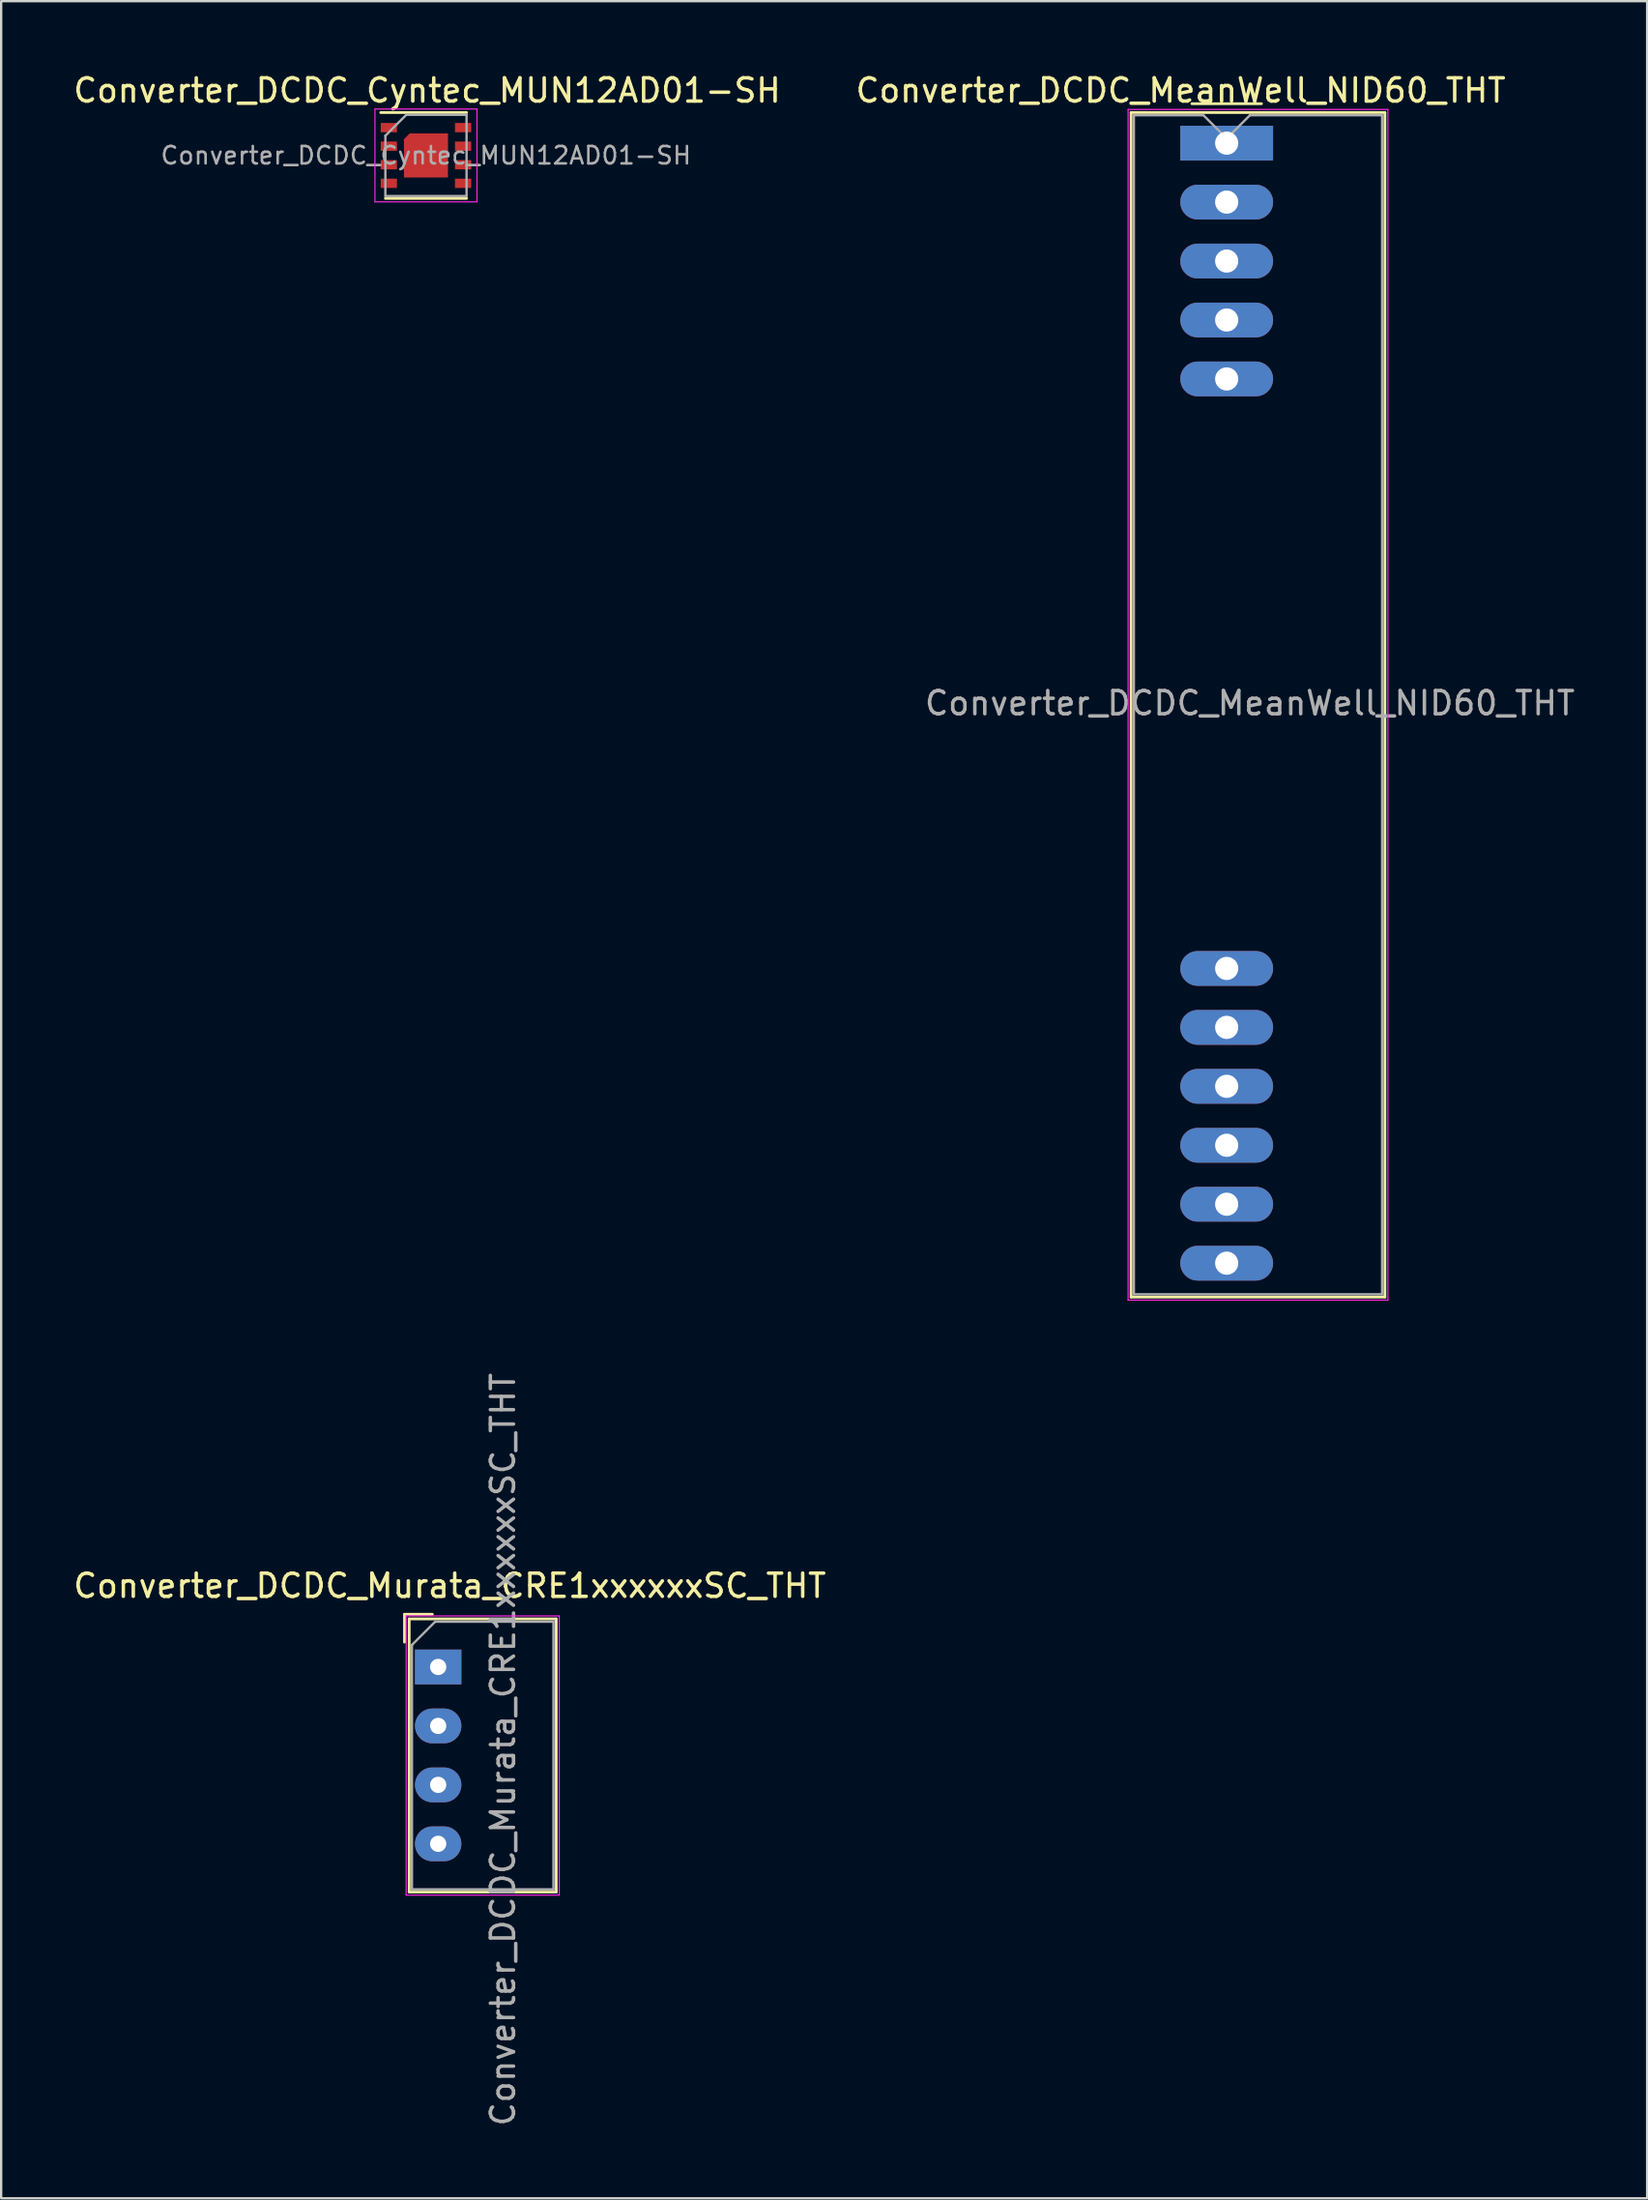
<source format=kicad_pcb>
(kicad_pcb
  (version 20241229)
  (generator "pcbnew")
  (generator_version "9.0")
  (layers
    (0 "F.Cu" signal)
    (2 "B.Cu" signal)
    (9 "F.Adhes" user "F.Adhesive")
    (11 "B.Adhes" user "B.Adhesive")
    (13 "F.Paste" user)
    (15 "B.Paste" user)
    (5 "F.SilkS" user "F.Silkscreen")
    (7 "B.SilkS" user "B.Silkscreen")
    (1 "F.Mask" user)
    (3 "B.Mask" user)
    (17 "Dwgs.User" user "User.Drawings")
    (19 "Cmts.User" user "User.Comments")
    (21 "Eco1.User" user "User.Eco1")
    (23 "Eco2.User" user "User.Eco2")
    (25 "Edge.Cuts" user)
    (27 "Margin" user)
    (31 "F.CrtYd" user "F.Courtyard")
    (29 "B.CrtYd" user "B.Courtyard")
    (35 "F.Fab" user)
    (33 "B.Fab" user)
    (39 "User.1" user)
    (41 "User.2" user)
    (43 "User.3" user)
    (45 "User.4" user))
  (footprint "Converter_DCDC_Cyntec_MUN12AD01-SH"
    (layer "F.Cu")
    (at 15.313 3.648)
    (property "Reference" "Converter_DCDC_Cyntec_MUN12AD01-SH" (at 0.05 -2.8 0) (layer "F.SilkS") (effects (font (size 1 1) (thickness 0.15))))
    (attr smd)
    (fp_line (start -1.75 1.85) (end 1.75 1.85) (stroke (width 0.12) (type solid)) (layer "F.SilkS"))
    (fp_line (start 1.75 -1.85) (end -1.95 -1.85) (stroke (width 0.12) (type solid)) (layer "F.SilkS"))
    (fp_line (start -2.2 -2) (end -2.2 2) (stroke (width 0.05) (type solid)) (layer "F.CrtYd"))
    (fp_line (start -2.2 2) (end 2.2 2) (stroke (width 0.05) (type solid)) (layer "F.CrtYd"))
    (fp_line (start 2.2 -2) (end -2.2 -2) (stroke (width 0.05) (type solid)) (layer "F.CrtYd"))
    (fp_line (start 2.2 2) (end 2.2 -2) (stroke (width 0.05) (type solid)) (layer "F.CrtYd"))
    (fp_line (start -1.75 -0.85) (end -1.75 1.75) (stroke (width 0.1) (type solid)) (layer "F.Fab"))
    (fp_line (start -1.75 1.75) (end 1.75 1.75) (stroke (width 0.1) (type solid)) (layer "F.Fab"))
    (fp_line (start -0.85 -1.75) (end -1.75 -0.85) (stroke (width 0.1) (type solid)) (layer "F.Fab"))
    (fp_line (start 1.75 -1.75) (end -0.85 -1.75) (stroke (width 0.1) (type solid)) (layer "F.Fab"))
    (fp_line (start 1.75 1.75) (end 1.75 -1.75) (stroke (width 0.1) (type solid)) (layer "F.Fab"))
    (fp_text user "${REFERENCE}" (at 0 0 0) (layer "F.Fab") (effects (font (size 0.75 0.75) (thickness 0.11))))
    (pad "" smd custom (at -0.525 -0.525) (size 0.3 0.3) (layers "F.Paste") (options (anchor rect)) (primitives (gr_poly (pts (xy 0.375 -0.375) (xy 0.375 0.375) (xy -0.375 0.375) (xy -0.375 -0.125) (xy -0.125 -0.375)) (width 0) (fill yes))))
    (pad "" smd rect (at -0.525 0.525) (size 0.75 0.75) (layers "F.Paste"))
    (pad "" smd rect (at 0.525 -0.525) (size 0.75 0.75) (layers "F.Paste"))
    (pad "" smd rect (at 0.525 0.525) (size 0.75 0.75) (layers "F.Paste"))
    (pad "1" smd rect (at -1.6 -1.2) (size 0.7 0.4) (layers "F.Cu" "F.Mask" "F.Paste"))
    (pad "2" smd rect (at -1.6 -0.4) (size 0.7 0.4) (layers "F.Cu" "F.Mask" "F.Paste"))
    (pad "3" smd rect (at -1.6 0.4) (size 0.7 0.4) (layers "F.Cu" "F.Mask" "F.Paste"))
    (pad "4" smd rect (at -1.6 1.2) (size 0.7 0.4) (layers "F.Cu" "F.Mask" "F.Paste"))
    (pad "5" smd rect (at 1.6 1.2) (size 0.7 0.4) (layers "F.Cu" "F.Mask" "F.Paste"))
    (pad "6" smd rect (at 1.6 0.4) (size 0.7 0.4) (layers "F.Cu" "F.Mask" "F.Paste"))
    (pad "7" smd rect (at 1.6 -0.4) (size 0.7 0.4) (layers "F.Cu" "F.Mask" "F.Paste"))
    (pad "8" smd rect (at 1.6 -1.2) (size 0.7 0.4) (layers "F.Cu" "F.Mask" "F.Paste"))
    (pad "9" smd custom (at 0 0) (size 1.9 1.4) (layers "F.Cu" "F.Mask") (options (anchor rect)) (primitives (gr_poly (pts (xy 0.95 -0.95) (xy 0.95 0.95) (xy -0.95 0.95) (xy -0.95 -0.7) (xy -0.7 -0.95)) (width 0) (fill yes)))))
  (footprint "Converter_DCDC_Murata_CRE1xxxxxxSC_THT"
    (layer "F.Cu")
    (at 15.839 68.777)
    (property "Reference" "Converter_DCDC_Murata_CRE1xxxxxxSC_THT" (at 0.5 -3.5 180) (layer "F.SilkS") (effects (font (size 1 1) (thickness 0.15))))
    (attr through_hole)
    (fp_line (start -1.45 -2.27) (end -1.45 -1.07) (stroke (width 0.12) (type solid)) (layer "F.SilkS"))
    (fp_line (start -1.25 -2.07) (end -1.25 9.7) (stroke (width 0.12) (type solid)) (layer "F.SilkS"))
    (fp_line (start -0.25 -2.27) (end -1.45 -2.27) (stroke (width 0.12) (type solid)) (layer "F.SilkS"))
    (fp_line (start 5.09 -2.07) (end -1.25 -2.07) (stroke (width 0.12) (type solid)) (layer "F.SilkS"))
    (fp_line (start 5.09 -2.07) (end 5.09 9.7) (stroke (width 0.12) (type solid)) (layer "F.SilkS"))
    (fp_line (start 5.09 9.7) (end -1.25 9.7) (stroke (width 0.12) (type solid)) (layer "F.SilkS"))
    (fp_line (start -1.38 -2.2) (end -1.38 9.83) (stroke (width 0.05) (type solid)) (layer "F.CrtYd"))
    (fp_line (start 5.22 -2.2) (end -1.38 -2.2) (stroke (width 0.05) (type solid)) (layer "F.CrtYd"))
    (fp_line (start 5.22 -2.2) (end 5.22 9.83) (stroke (width 0.05) (type solid)) (layer "F.CrtYd"))
    (fp_line (start 5.22 9.83) (end -1.38 9.83) (stroke (width 0.05) (type solid)) (layer "F.CrtYd"))
    (fp_line (start -1.13 -0.95) (end -1.13 9.58) (stroke (width 0.1) (type solid)) (layer "F.Fab"))
    (fp_line (start -1.13 9.58) (end 4.97 9.58) (stroke (width 0.1) (type solid)) (layer "F.Fab"))
    (fp_line (start -0.13 -1.95) (end -1.13 -0.95) (stroke (width 0.1) (type solid)) (layer "F.Fab"))
    (fp_line (start -0.13 -1.95) (end 4.97 -1.95) (stroke (width 0.1) (type solid)) (layer "F.Fab"))
    (fp_line (start 4.97 -1.95) (end 4.97 9.58) (stroke (width 0.1) (type solid)) (layer "F.Fab"))
    (fp_text user "${REFERENCE}" (at 2.794 3.556 270) (layer "F.Fab") (effects (font (size 1 1) (thickness 0.15))))
    (pad "1" thru_hole rect (at 0 0 270) (size 1.5 2) (drill 0.7) (layers "*.Cu" "*.Mask"))
    (pad "2" thru_hole oval (at 0 2.54 270) (size 1.5 2) (drill 0.7) (layers "*.Cu" "*.Mask"))
    (pad "3" thru_hole oval (at 0 5.08 270) (size 1.5 2) (drill 0.7) (layers "*.Cu" "*.Mask"))
    (pad "4" thru_hole oval (at 0 7.62 270) (size 1.5 2) (drill 0.7) (layers "*.Cu" "*.Mask")))
  (footprint "Converter_DCDC_MeanWell_NID60_THT"
    (layer "F.Cu")
    (at 49.831 3.118)
    (property "Reference" "Converter_DCDC_MeanWell_NID60_THT" (at -1.98 -2.27 0) (layer "F.SilkS") (effects (font (size 1 1) (thickness 0.15))))
    (attr through_hole)
    (fp_line (start -4.12 -1.32) (end 6.82 -1.32) (stroke (width 0.12) (type solid)) (layer "F.SilkS"))
    (fp_line (start -4.12 49.72) (end -4.12 -1.32) (stroke (width 0.12) (type solid)) (layer "F.SilkS"))
    (fp_line (start 1.5 -1.7) (end -1.5 -1.7) (stroke (width 0.12) (type solid)) (layer "F.SilkS"))
    (fp_line (start 6.82 -1.32) (end 6.82 49.72) (stroke (width 0.12) (type solid)) (layer "F.SilkS"))
    (fp_line (start 6.82 49.72) (end -4.12 49.72) (stroke (width 0.12) (type solid)) (layer "F.SilkS"))
    (fp_line (start -4.25 -1.45) (end -4.25 49.85) (stroke (width 0.05) (type solid)) (layer "F.CrtYd"))
    (fp_line (start -4.25 -1.45) (end 6.95 -1.45) (stroke (width 0.05) (type solid)) (layer "F.CrtYd"))
    (fp_line (start -4.25 49.85) (end 6.95 49.85) (stroke (width 0.05) (type solid)) (layer "F.CrtYd"))
    (fp_line (start 6.95 -1.45) (end 6.95 49.85) (stroke (width 0.05) (type solid)) (layer "F.CrtYd"))
    (fp_line (start -4 49.6) (end -4 -1.2) (stroke (width 0.1) (type solid)) (layer "F.Fab"))
    (fp_line (start -1 -1.2) (end -4 -1.2) (stroke (width 0.1) (type solid)) (layer "F.Fab"))
    (fp_line (start -1 -1.2) (end 0 -0.2) (stroke (width 0.1) (type solid)) (layer "F.Fab"))
    (fp_line (start 0 -0.2) (end 1 -1.2) (stroke (width 0.1) (type solid)) (layer "F.Fab"))
    (fp_line (start 1 -1.2) (end 6.7 -1.2) (stroke (width 0.1) (type solid)) (layer "F.Fab"))
    (fp_line (start 6.7 -1.2) (end 6.7 49.6) (stroke (width 0.1) (type solid)) (layer "F.Fab"))
    (fp_line (start 6.7 49.6) (end -4 49.6) (stroke (width 0.1) (type solid)) (layer "F.Fab"))
    (fp_text user "${REFERENCE}" (at 1 24.13 0) (layer "F.Fab") (effects (font (size 1 1) (thickness 0.15))))
    (pad "1" thru_hole rect (at 0 0) (size 4 1.5) (drill 1) (layers "*.Cu" "*.Mask"))
    (pad "2" thru_hole oval (at 0 2.54) (size 4 1.5) (drill 1) (layers "*.Cu" "*.Mask"))
    (pad "3" thru_hole oval (at 0 5.08) (size 4 1.5) (drill 1) (layers "*.Cu" "*.Mask"))
    (pad "4" thru_hole oval (at 0 7.62) (size 4 1.5) (drill 1) (layers "*.Cu" "*.Mask"))
    (pad "5" thru_hole oval (at 0 10.16) (size 4 1.5) (drill 1) (layers "*.Cu" "*.Mask"))
    (pad "6" thru_hole oval (at 0 35.56) (size 4 1.5) (drill 1) (layers "*.Cu" "*.Mask"))
    (pad "7" thru_hole oval (at 0 38.1) (size 4 1.5) (drill 1) (layers "*.Cu" "*.Mask"))
    (pad "8" thru_hole oval (at 0 40.64) (size 4 1.5) (drill 1) (layers "*.Cu" "*.Mask"))
    (pad "9" thru_hole oval (at 0 43.18) (size 4 1.5) (drill 1) (layers "*.Cu" "*.Mask"))
    (pad "10" thru_hole oval (at 0 45.72) (size 4 1.5) (drill 1) (layers "*.Cu" "*.Mask"))
    (pad "11" thru_hole oval (at 0 48.26) (size 4 1.5) (drill 1) (layers "*.Cu" "*.Mask")))
  (gr_rect
    (start -3 -3)
    (end 67.956 91.672)
    (stroke (width 0.1) (type default))
    (fill no)
    (layer "Edge.Cuts")))
</source>
